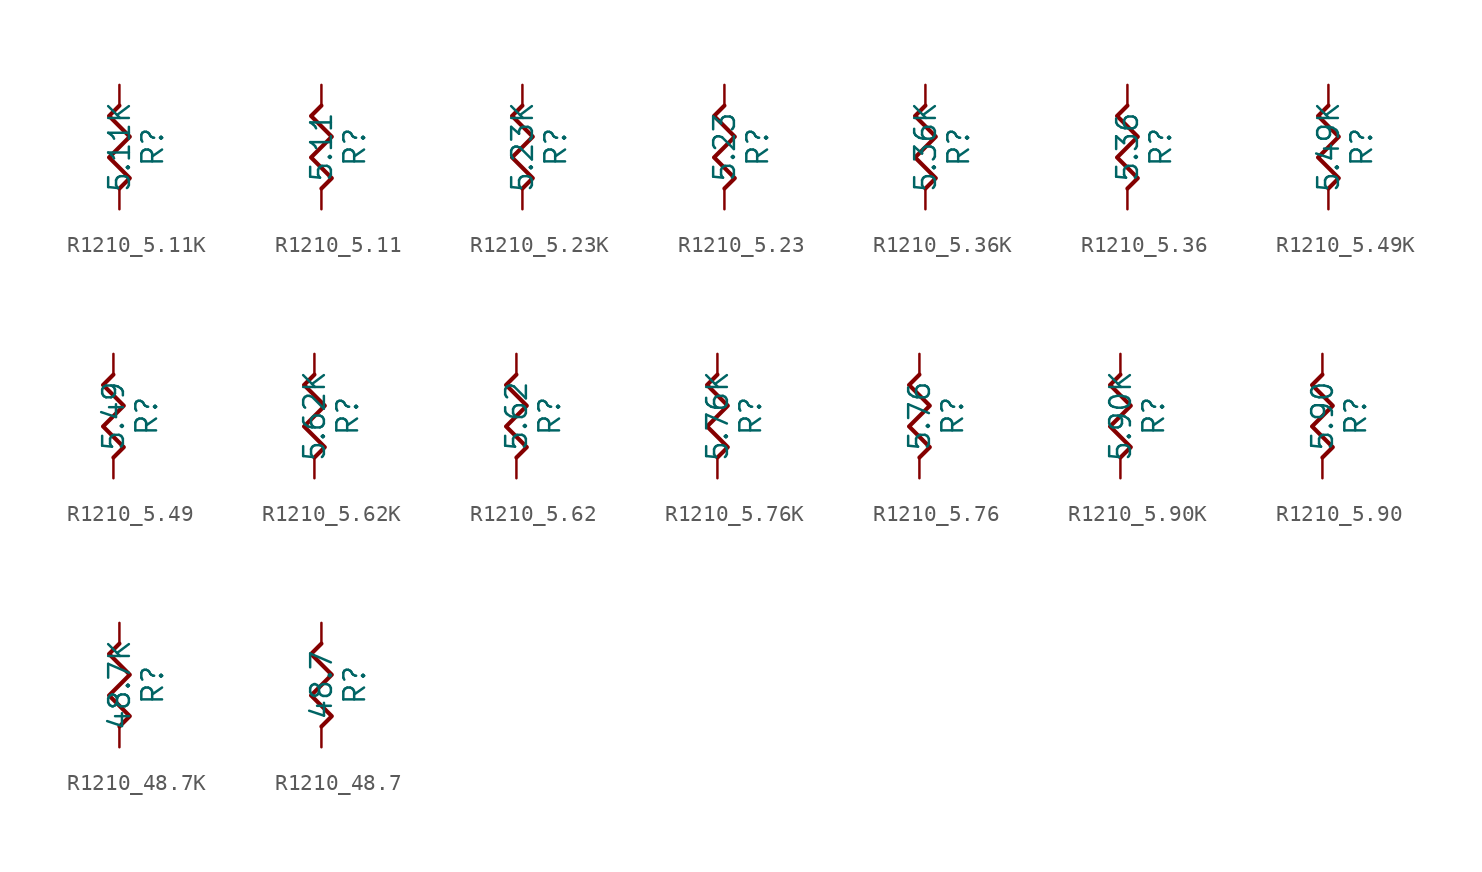
<source format=kicad_sym>
(kicad_symbol_lib
  (version 20211014)
  (generator atlantix-eda)
  (symbol "R1210_5.11K"
    (pin_numbers hide)
    (pin_names
      (offset 0))
    (property "Reference" "R"
      (at 2.032 0 90)
      (effects (font (size 1.27 1.27))))
    (property "Value" "5.11K"
      (at 0 0 90)
      (effects (font (size 1.27 1.27))))
    (symbol "R1210_5.11K_0_1"
      (polyline (pts (xy 0 -2.54) (xy 0.635 -1.905) (xy -0.635 -0.635) (xy 0.635 0.635) (xy -0.635 1.905) (xy 0 2.54)) (stroke (width 0.254) (type default) (color 0 0 0 0)) (fill (type none))))
    (symbol "R1210_5.11K_1_1"
      (pin passive line (at 0 3.81 270) (length 1.27) (name "~" (effects (font (size 1.27 1.27)))) (number "1" (effects (font (size 1.27 1.27)))))
      (pin passive line (at 0 -3.81 90) (length 1.27) (name "~" (effects (font (size 1.27 1.27)))) (number "2" (effects (font (size 1.27 1.27)))))))
  (symbol "R1210_5.11"
    (pin_numbers hide)
    (pin_names
      (offset 0))
    (property "Reference" "R"
      (at 2.032 0 90)
      (effects (font (size 1.27 1.27))))
    (property "Value" "5.11"
      (at 0 0 90)
      (effects (font (size 1.27 1.27))))
    (symbol "R1210_5.11_0_1"
      (polyline (pts (xy 0 -2.54) (xy 0.635 -1.905) (xy -0.635 -0.635) (xy 0.635 0.635) (xy -0.635 1.905) (xy 0 2.54)) (stroke (width 0.254) (type default) (color 0 0 0 0)) (fill (type none))))
    (symbol "R1210_5.11_1_1"
      (pin passive line (at 0 3.81 270) (length 1.27) (name "~" (effects (font (size 1.27 1.27)))) (number "1" (effects (font (size 1.27 1.27)))))
      (pin passive line (at 0 -3.81 90) (length 1.27) (name "~" (effects (font (size 1.27 1.27)))) (number "2" (effects (font (size 1.27 1.27)))))))
  (symbol "R1210_5.23K"
    (pin_numbers hide)
    (pin_names
      (offset 0))
    (property "Reference" "R"
      (at 2.032 0 90)
      (effects (font (size 1.27 1.27))))
    (property "Value" "5.23K"
      (at 0 0 90)
      (effects (font (size 1.27 1.27))))
    (symbol "R1210_5.23K_0_1"
      (polyline (pts (xy 0 -2.54) (xy 0.635 -1.905) (xy -0.635 -0.635) (xy 0.635 0.635) (xy -0.635 1.905) (xy 0 2.54)) (stroke (width 0.254) (type default) (color 0 0 0 0)) (fill (type none))))
    (symbol "R1210_5.23K_1_1"
      (pin passive line (at 0 3.81 270) (length 1.27) (name "~" (effects (font (size 1.27 1.27)))) (number "1" (effects (font (size 1.27 1.27)))))
      (pin passive line (at 0 -3.81 90) (length 1.27) (name "~" (effects (font (size 1.27 1.27)))) (number "2" (effects (font (size 1.27 1.27)))))))
  (symbol "R1210_5.23"
    (pin_numbers hide)
    (pin_names
      (offset 0))
    (property "Reference" "R"
      (at 2.032 0 90)
      (effects (font (size 1.27 1.27))))
    (property "Value" "5.23"
      (at 0 0 90)
      (effects (font (size 1.27 1.27))))
    (symbol "R1210_5.23_0_1"
      (polyline (pts (xy 0 -2.54) (xy 0.635 -1.905) (xy -0.635 -0.635) (xy 0.635 0.635) (xy -0.635 1.905) (xy 0 2.54)) (stroke (width 0.254) (type default) (color 0 0 0 0)) (fill (type none))))
    (symbol "R1210_5.23_1_1"
      (pin passive line (at 0 3.81 270) (length 1.27) (name "~" (effects (font (size 1.27 1.27)))) (number "1" (effects (font (size 1.27 1.27)))))
      (pin passive line (at 0 -3.81 90) (length 1.27) (name "~" (effects (font (size 1.27 1.27)))) (number "2" (effects (font (size 1.27 1.27)))))))
  (symbol "R1210_5.36K"
    (pin_numbers hide)
    (pin_names
      (offset 0))
    (property "Reference" "R"
      (at 2.032 0 90)
      (effects (font (size 1.27 1.27))))
    (property "Value" "5.36K"
      (at 0 0 90)
      (effects (font (size 1.27 1.27))))
    (symbol "R1210_5.36K_0_1"
      (polyline (pts (xy 0 -2.54) (xy 0.635 -1.905) (xy -0.635 -0.635) (xy 0.635 0.635) (xy -0.635 1.905) (xy 0 2.54)) (stroke (width 0.254) (type default) (color 0 0 0 0)) (fill (type none))))
    (symbol "R1210_5.36K_1_1"
      (pin passive line (at 0 3.81 270) (length 1.27) (name "~" (effects (font (size 1.27 1.27)))) (number "1" (effects (font (size 1.27 1.27)))))
      (pin passive line (at 0 -3.81 90) (length 1.27) (name "~" (effects (font (size 1.27 1.27)))) (number "2" (effects (font (size 1.27 1.27)))))))
  (symbol "R1210_5.36"
    (pin_numbers hide)
    (pin_names
      (offset 0))
    (property "Reference" "R"
      (at 2.032 0 90)
      (effects (font (size 1.27 1.27))))
    (property "Value" "5.36"
      (at 0 0 90)
      (effects (font (size 1.27 1.27))))
    (symbol "R1210_5.36_0_1"
      (polyline (pts (xy 0 -2.54) (xy 0.635 -1.905) (xy -0.635 -0.635) (xy 0.635 0.635) (xy -0.635 1.905) (xy 0 2.54)) (stroke (width 0.254) (type default) (color 0 0 0 0)) (fill (type none))))
    (symbol "R1210_5.36_1_1"
      (pin passive line (at 0 3.81 270) (length 1.27) (name "~" (effects (font (size 1.27 1.27)))) (number "1" (effects (font (size 1.27 1.27)))))
      (pin passive line (at 0 -3.81 90) (length 1.27) (name "~" (effects (font (size 1.27 1.27)))) (number "2" (effects (font (size 1.27 1.27)))))))
  (symbol "R1210_5.49K"
    (pin_numbers hide)
    (pin_names
      (offset 0))
    (property "Reference" "R"
      (at 2.032 0 90)
      (effects (font (size 1.27 1.27))))
    (property "Value" "5.49K"
      (at 0 0 90)
      (effects (font (size 1.27 1.27))))
    (symbol "R1210_5.49K_0_1"
      (polyline (pts (xy 0 -2.54) (xy 0.635 -1.905) (xy -0.635 -0.635) (xy 0.635 0.635) (xy -0.635 1.905) (xy 0 2.54)) (stroke (width 0.254) (type default) (color 0 0 0 0)) (fill (type none))))
    (symbol "R1210_5.49K_1_1"
      (pin passive line (at 0 3.81 270) (length 1.27) (name "~" (effects (font (size 1.27 1.27)))) (number "1" (effects (font (size 1.27 1.27)))))
      (pin passive line (at 0 -3.81 90) (length 1.27) (name "~" (effects (font (size 1.27 1.27)))) (number "2" (effects (font (size 1.27 1.27)))))))
  (symbol "R1210_5.49"
    (pin_numbers hide)
    (pin_names
      (offset 0))
    (property "Reference" "R"
      (at 2.032 0 90)
      (effects (font (size 1.27 1.27))))
    (property "Value" "5.49"
      (at 0 0 90)
      (effects (font (size 1.27 1.27))))
    (symbol "R1210_5.49_0_1"
      (polyline (pts (xy 0 -2.54) (xy 0.635 -1.905) (xy -0.635 -0.635) (xy 0.635 0.635) (xy -0.635 1.905) (xy 0 2.54)) (stroke (width 0.254) (type default) (color 0 0 0 0)) (fill (type none))))
    (symbol "R1210_5.49_1_1"
      (pin passive line (at 0 3.81 270) (length 1.27) (name "~" (effects (font (size 1.27 1.27)))) (number "1" (effects (font (size 1.27 1.27)))))
      (pin passive line (at 0 -3.81 90) (length 1.27) (name "~" (effects (font (size 1.27 1.27)))) (number "2" (effects (font (size 1.27 1.27)))))))
  (symbol "R1210_5.62K"
    (pin_numbers hide)
    (pin_names
      (offset 0))
    (property "Reference" "R"
      (at 2.032 0 90)
      (effects (font (size 1.27 1.27))))
    (property "Value" "5.62K"
      (at 0 0 90)
      (effects (font (size 1.27 1.27))))
    (symbol "R1210_5.62K_0_1"
      (polyline (pts (xy 0 -2.54) (xy 0.635 -1.905) (xy -0.635 -0.635) (xy 0.635 0.635) (xy -0.635 1.905) (xy 0 2.54)) (stroke (width 0.254) (type default) (color 0 0 0 0)) (fill (type none))))
    (symbol "R1210_5.62K_1_1"
      (pin passive line (at 0 3.81 270) (length 1.27) (name "~" (effects (font (size 1.27 1.27)))) (number "1" (effects (font (size 1.27 1.27)))))
      (pin passive line (at 0 -3.81 90) (length 1.27) (name "~" (effects (font (size 1.27 1.27)))) (number "2" (effects (font (size 1.27 1.27)))))))
  (symbol "R1210_5.62"
    (pin_numbers hide)
    (pin_names
      (offset 0))
    (property "Reference" "R"
      (at 2.032 0 90)
      (effects (font (size 1.27 1.27))))
    (property "Value" "5.62"
      (at 0 0 90)
      (effects (font (size 1.27 1.27))))
    (symbol "R1210_5.62_0_1"
      (polyline (pts (xy 0 -2.54) (xy 0.635 -1.905) (xy -0.635 -0.635) (xy 0.635 0.635) (xy -0.635 1.905) (xy 0 2.54)) (stroke (width 0.254) (type default) (color 0 0 0 0)) (fill (type none))))
    (symbol "R1210_5.62_1_1"
      (pin passive line (at 0 3.81 270) (length 1.27) (name "~" (effects (font (size 1.27 1.27)))) (number "1" (effects (font (size 1.27 1.27)))))
      (pin passive line (at 0 -3.81 90) (length 1.27) (name "~" (effects (font (size 1.27 1.27)))) (number "2" (effects (font (size 1.27 1.27)))))))
  (symbol "R1210_5.76K"
    (pin_numbers hide)
    (pin_names
      (offset 0))
    (property "Reference" "R"
      (at 2.032 0 90)
      (effects (font (size 1.27 1.27))))
    (property "Value" "5.76K"
      (at 0 0 90)
      (effects (font (size 1.27 1.27))))
    (symbol "R1210_5.76K_0_1"
      (polyline (pts (xy 0 -2.54) (xy 0.635 -1.905) (xy -0.635 -0.635) (xy 0.635 0.635) (xy -0.635 1.905) (xy 0 2.54)) (stroke (width 0.254) (type default) (color 0 0 0 0)) (fill (type none))))
    (symbol "R1210_5.76K_1_1"
      (pin passive line (at 0 3.81 270) (length 1.27) (name "~" (effects (font (size 1.27 1.27)))) (number "1" (effects (font (size 1.27 1.27)))))
      (pin passive line (at 0 -3.81 90) (length 1.27) (name "~" (effects (font (size 1.27 1.27)))) (number "2" (effects (font (size 1.27 1.27)))))))
  (symbol "R1210_5.76"
    (pin_numbers hide)
    (pin_names
      (offset 0))
    (property "Reference" "R"
      (at 2.032 0 90)
      (effects (font (size 1.27 1.27))))
    (property "Value" "5.76"
      (at 0 0 90)
      (effects (font (size 1.27 1.27))))
    (symbol "R1210_5.76_0_1"
      (polyline (pts (xy 0 -2.54) (xy 0.635 -1.905) (xy -0.635 -0.635) (xy 0.635 0.635) (xy -0.635 1.905) (xy 0 2.54)) (stroke (width 0.254) (type default) (color 0 0 0 0)) (fill (type none))))
    (symbol "R1210_5.76_1_1"
      (pin passive line (at 0 3.81 270) (length 1.27) (name "~" (effects (font (size 1.27 1.27)))) (number "1" (effects (font (size 1.27 1.27)))))
      (pin passive line (at 0 -3.81 90) (length 1.27) (name "~" (effects (font (size 1.27 1.27)))) (number "2" (effects (font (size 1.27 1.27)))))))
  (symbol "R1210_5.90K"
    (pin_numbers hide)
    (pin_names
      (offset 0))
    (property "Reference" "R"
      (at 2.032 0 90)
      (effects (font (size 1.27 1.27))))
    (property "Value" "5.90K"
      (at 0 0 90)
      (effects (font (size 1.27 1.27))))
    (symbol "R1210_5.90K_0_1"
      (polyline (pts (xy 0 -2.54) (xy 0.635 -1.905) (xy -0.635 -0.635) (xy 0.635 0.635) (xy -0.635 1.905) (xy 0 2.54)) (stroke (width 0.254) (type default) (color 0 0 0 0)) (fill (type none))))
    (symbol "R1210_5.90K_1_1"
      (pin passive line (at 0 3.81 270) (length 1.27) (name "~" (effects (font (size 1.27 1.27)))) (number "1" (effects (font (size 1.27 1.27)))))
      (pin passive line (at 0 -3.81 90) (length 1.27) (name "~" (effects (font (size 1.27 1.27)))) (number "2" (effects (font (size 1.27 1.27)))))))
  (symbol "R1210_5.90"
    (pin_numbers hide)
    (pin_names
      (offset 0))
    (property "Reference" "R"
      (at 2.032 0 90)
      (effects (font (size 1.27 1.27))))
    (property "Value" "5.90"
      (at 0 0 90)
      (effects (font (size 1.27 1.27))))
    (symbol "R1210_5.90_0_1"
      (polyline (pts (xy 0 -2.54) (xy 0.635 -1.905) (xy -0.635 -0.635) (xy 0.635 0.635) (xy -0.635 1.905) (xy 0 2.54)) (stroke (width 0.254) (type default) (color 0 0 0 0)) (fill (type none))))
    (symbol "R1210_5.90_1_1"
      (pin passive line (at 0 3.81 270) (length 1.27) (name "~" (effects (font (size 1.27 1.27)))) (number "1" (effects (font (size 1.27 1.27)))))
      (pin passive line (at 0 -3.81 90) (length 1.27) (name "~" (effects (font (size 1.27 1.27)))) (number "2" (effects (font (size 1.27 1.27)))))))
  (symbol "R1210_48.7K"
    (pin_numbers hide)
    (pin_names
      (offset 0))
    (property "Reference" "R"
      (at 2.032 0 90)
      (effects (font (size 1.27 1.27))))
    (property "Value" "48.7K"
      (at 0 0 90)
      (effects (font (size 1.27 1.27))))
    (symbol "R1210_48.7K_0_1"
      (polyline (pts (xy 0 -2.54) (xy 0.635 -1.905) (xy -0.635 -0.635) (xy 0.635 0.635) (xy -0.635 1.905) (xy 0 2.54)) (stroke (width 0.254) (type default) (color 0 0 0 0)) (fill (type none))))
    (symbol "R1210_48.7K_1_1"
      (pin passive line (at 0 3.81 270) (length 1.27) (name "~" (effects (font (size 1.27 1.27)))) (number "1" (effects (font (size 1.27 1.27)))))
      (pin passive line (at 0 -3.81 90) (length 1.27) (name "~" (effects (font (size 1.27 1.27)))) (number "2" (effects (font (size 1.27 1.27)))))))
  (symbol "R1210_48.7"
    (pin_numbers hide)
    (pin_names
      (offset 0))
    (property "Reference" "R"
      (at 2.032 0 90)
      (effects (font (size 1.27 1.27))))
    (property "Value" "48.7"
      (at 0 0 90)
      (effects (font (size 1.27 1.27))))
    (symbol "R1210_48.7_0_1"
      (polyline (pts (xy 0 -2.54) (xy 0.635 -1.905) (xy -0.635 -0.635) (xy 0.635 0.635) (xy -0.635 1.905) (xy 0 2.54)) (stroke (width 0.254) (type default) (color 0 0 0 0)) (fill (type none))))
    (symbol "R1210_48.7_1_1"
      (pin passive line (at 0 3.81 270) (length 1.27) (name "~" (effects (font (size 1.27 1.27)))) (number "1" (effects (font (size 1.27 1.27)))))
      (pin passive line (at 0 -3.81 90) (length 1.27) (name "~" (effects (font (size 1.27 1.27)))) (number "2" (effects (font (size 1.27 1.27))))))))
</source>
